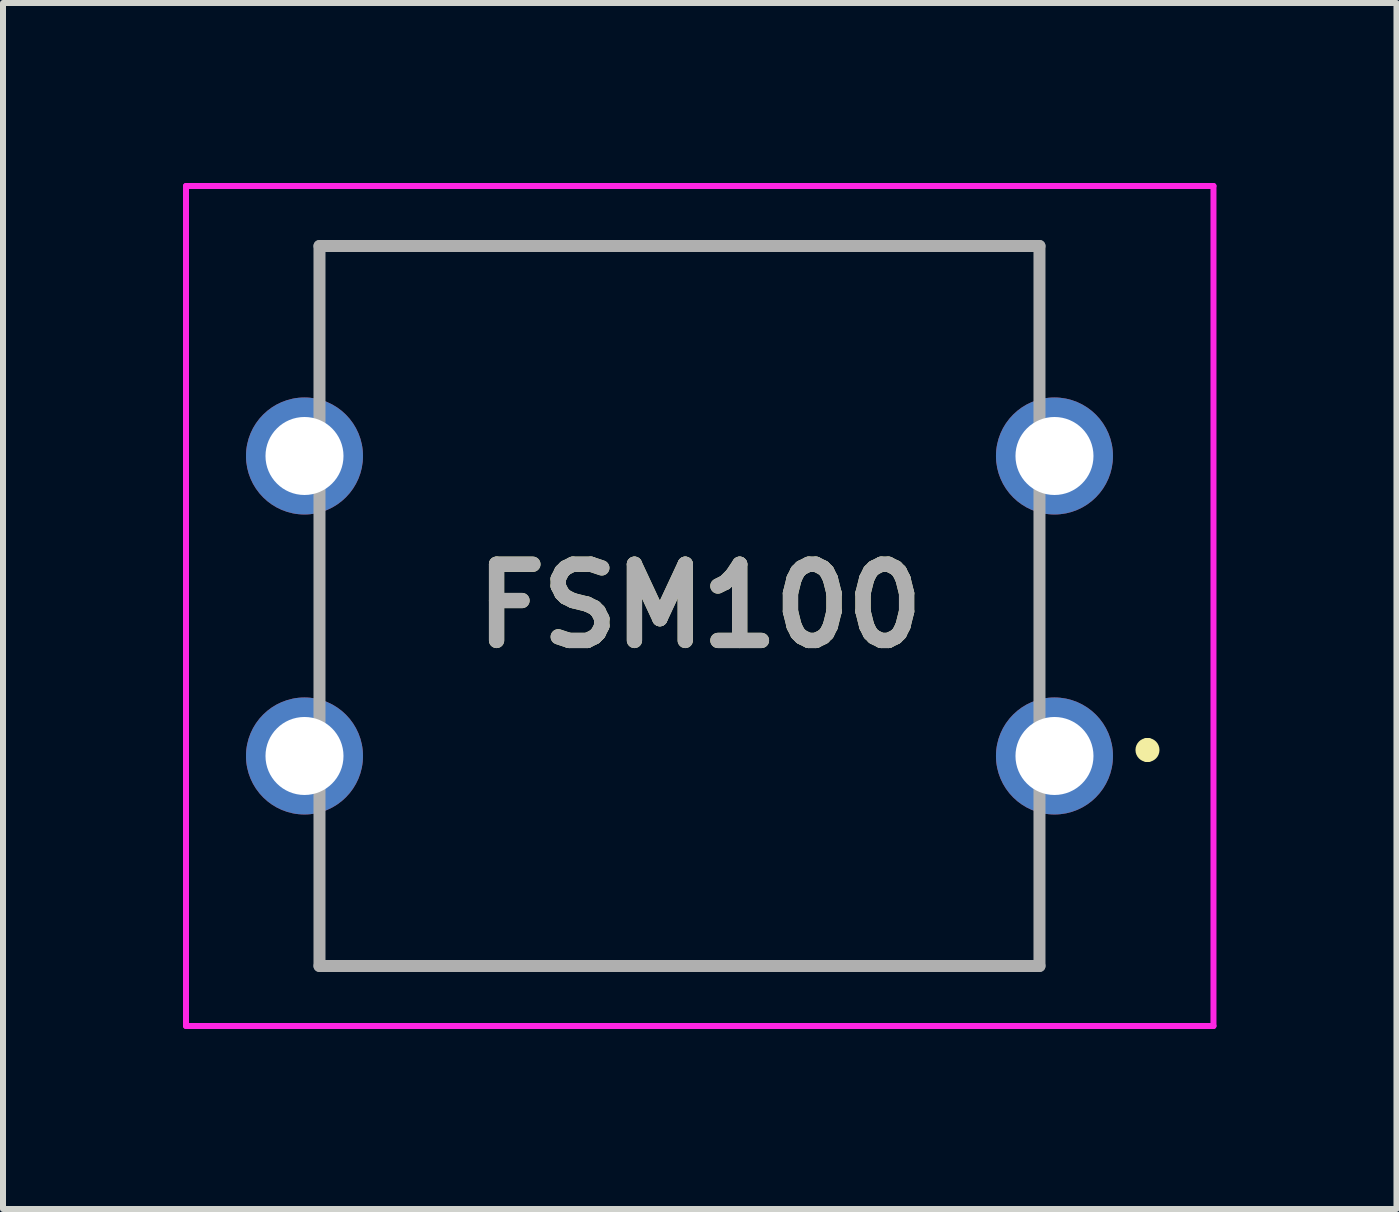
<source format=kicad_pcb>
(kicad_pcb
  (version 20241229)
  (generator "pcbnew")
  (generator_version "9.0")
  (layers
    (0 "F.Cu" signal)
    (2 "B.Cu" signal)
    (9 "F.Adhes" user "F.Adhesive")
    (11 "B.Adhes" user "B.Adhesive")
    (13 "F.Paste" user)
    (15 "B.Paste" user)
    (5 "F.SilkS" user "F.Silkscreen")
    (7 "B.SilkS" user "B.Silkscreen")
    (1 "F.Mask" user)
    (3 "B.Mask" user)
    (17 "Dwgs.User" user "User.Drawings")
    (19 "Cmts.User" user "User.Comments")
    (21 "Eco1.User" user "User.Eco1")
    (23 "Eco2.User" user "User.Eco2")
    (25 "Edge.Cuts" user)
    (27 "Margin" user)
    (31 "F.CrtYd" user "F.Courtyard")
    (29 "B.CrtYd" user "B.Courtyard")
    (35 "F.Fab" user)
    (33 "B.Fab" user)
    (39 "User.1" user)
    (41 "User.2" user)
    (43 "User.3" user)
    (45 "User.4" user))
  (footprint "FSM100"
    (layer "F.Cu")
    (at 8.275 7.05)
    (property "Reference" "FSM100" (at 0.338 0 0) (layer "F.SilkS") (effects (font (size 1.27 1.27) (thickness 0.254))))
    (attr through_hole)
    (fp_line (start -6 -6) (end 6 -6) (stroke (width 0.1) (type solid)) (layer "F.SilkS"))
    (fp_line (start -6 -4) (end -6 -6) (stroke (width 0.1) (type solid)) (layer "F.SilkS"))
    (fp_line (start -6 -1) (end -6 1) (stroke (width 0.1) (type solid)) (layer "F.SilkS"))
    (fp_line (start -6 4) (end -6 6) (stroke (width 0.1) (type solid)) (layer "F.SilkS"))
    (fp_line (start -6 6) (end 6 6) (stroke (width 0.1) (type solid)) (layer "F.SilkS"))
    (fp_line (start 6 -6) (end 6 -4) (stroke (width 0.1) (type solid)) (layer "F.SilkS"))
    (fp_line (start 6 -1) (end 6 1) (stroke (width 0.1) (type solid)) (layer "F.SilkS"))
    (fp_line (start 6 6) (end 6 4) (stroke (width 0.1) (type solid)) (layer "F.SilkS"))
    (fp_line (start 7.8 2.3) (end 7.8 2.3) (stroke (width 0.2) (type solid)) (layer "F.SilkS"))
    (fp_line (start 7.8 2.5) (end 7.8 2.5) (stroke (width 0.2) (type solid)) (layer "F.SilkS"))
    (fp_arc (start 7.8 2.3) (mid 7.9 2.4) (end 7.8 2.5) (stroke (width 0.2) (type solid)) (layer "F.SilkS"))
    (fp_arc (start 7.8 2.5) (mid 7.7 2.4) (end 7.8 2.3) (stroke (width 0.2) (type solid)) (layer "F.SilkS"))
    (fp_line (start -8.225 -7) (end 8.9 -7) (stroke (width 0.1) (type solid)) (layer "F.CrtYd"))
    (fp_line (start -8.225 7) (end -8.225 -7) (stroke (width 0.1) (type solid)) (layer "F.CrtYd"))
    (fp_line (start 8.9 -7) (end 8.9 7) (stroke (width 0.1) (type solid)) (layer "F.CrtYd"))
    (fp_line (start 8.9 7) (end -8.225 7) (stroke (width 0.1) (type solid)) (layer "F.CrtYd"))
    (fp_line (start -6 -6) (end 6 -6) (stroke (width 0.2) (type solid)) (layer "F.Fab"))
    (fp_line (start -6 6) (end -6 -6) (stroke (width 0.2) (type solid)) (layer "F.Fab"))
    (fp_line (start 6 -6) (end 6 6) (stroke (width 0.2) (type solid)) (layer "F.Fab"))
    (fp_line (start 6 6) (end -6 6) (stroke (width 0.2) (type solid)) (layer "F.Fab"))
    (fp_text user "${REFERENCE}" (at 0.338 0 0) (layer "F.Fab") (effects (font (size 1.27 1.27) (thickness 0.254))))
    (pad "1" thru_hole circle (at 6.25 2.5) (size 1.95 1.95) (drill 1.3) (layers "*.Cu" "*.Mask"))
    (pad "2" thru_hole circle (at -6.25 2.5) (size 1.95 1.95) (drill 1.3) (layers "*.Cu" "*.Mask"))
    (pad "3" thru_hole circle (at 6.25 -2.5) (size 1.95 1.95) (drill 1.3) (layers "*.Cu" "*.Mask"))
    (pad "4" thru_hole circle (at -6.25 -2.5) (size 1.95 1.95) (drill 1.3) (layers "*.Cu" "*.Mask")))
  (gr_rect
    (start -3 -3)
    (end 20.225 17.1)
    (stroke (width 0.1) (type default))
    (fill no)
    (layer "Edge.Cuts")))
</source>
